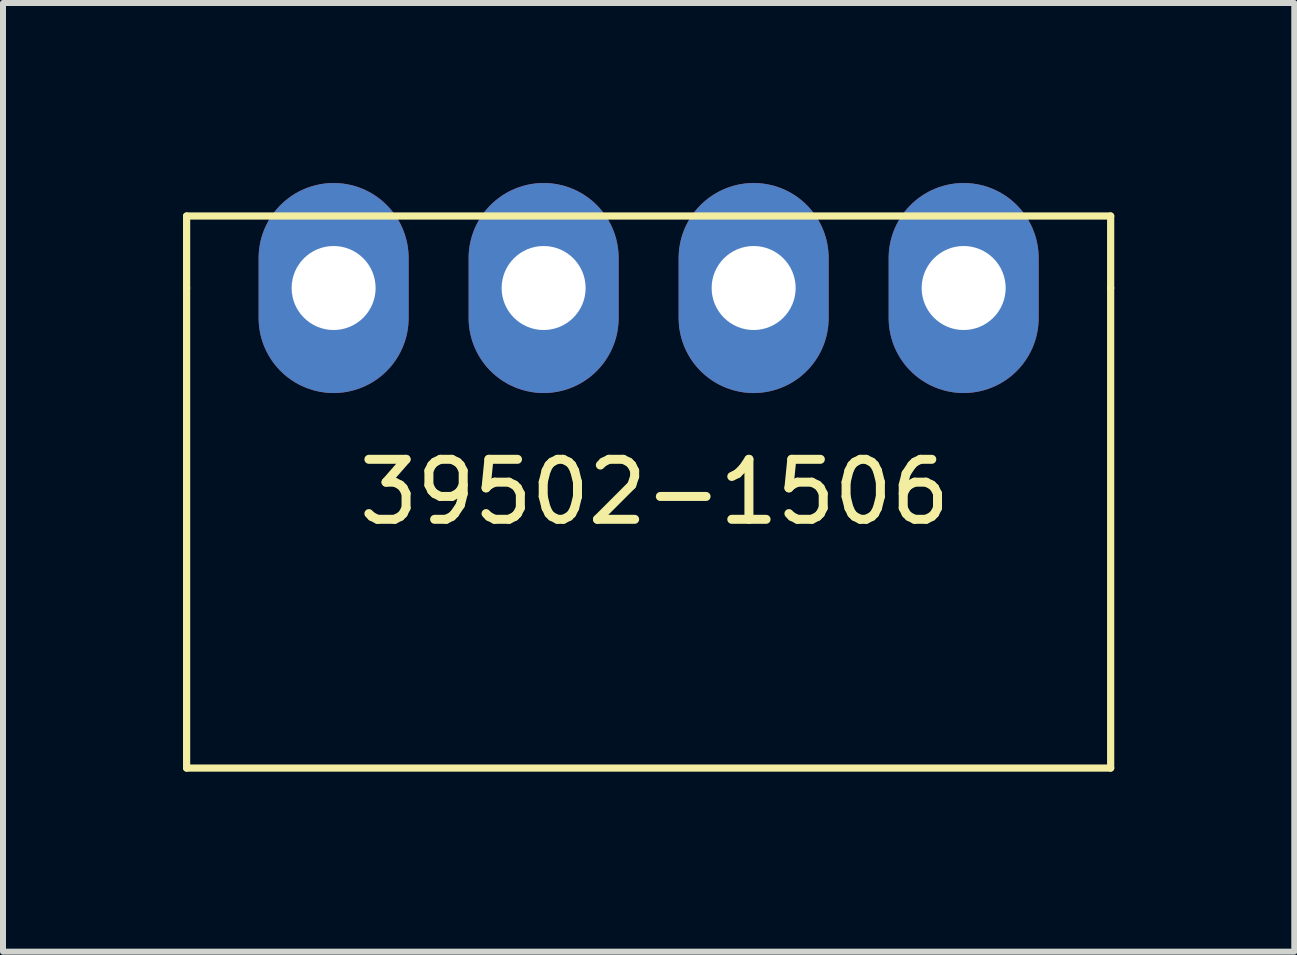
<source format=kicad_pcb>
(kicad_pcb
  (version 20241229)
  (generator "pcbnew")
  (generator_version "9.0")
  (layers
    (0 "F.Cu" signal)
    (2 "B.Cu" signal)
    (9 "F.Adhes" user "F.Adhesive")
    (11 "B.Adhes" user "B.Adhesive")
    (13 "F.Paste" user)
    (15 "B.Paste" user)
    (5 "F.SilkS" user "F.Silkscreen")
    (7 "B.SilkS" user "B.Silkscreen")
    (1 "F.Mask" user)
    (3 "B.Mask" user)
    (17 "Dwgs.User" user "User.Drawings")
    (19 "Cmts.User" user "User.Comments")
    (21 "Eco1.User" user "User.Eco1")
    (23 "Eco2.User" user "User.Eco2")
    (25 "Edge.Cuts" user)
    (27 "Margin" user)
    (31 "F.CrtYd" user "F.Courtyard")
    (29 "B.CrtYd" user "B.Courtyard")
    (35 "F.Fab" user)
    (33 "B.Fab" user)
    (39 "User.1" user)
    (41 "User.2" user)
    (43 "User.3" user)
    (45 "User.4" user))
  (footprint "39502-1506"
    (layer "F.Cu")
    (at 7.76 5.05)
    (property "Reference" "39502-1506" (at 0.1 0.1 0) (layer "F.SilkS") (effects (font (size 1 1) (thickness 0.15))))
    (attr through_hole)
    (fp_line (start -7.7 -3.3) (end -7.7 -4.5) (stroke (width 0.12) (type solid)) (layer "F.SilkS"))
    (fp_line (start -7.7 -3.3) (end -7.7 4.7) (stroke (width 0.12) (type solid)) (layer "F.SilkS"))
    (fp_line (start 7.7 -4.5) (end -7.7 -4.5) (stroke (width 0.12) (type solid)) (layer "F.SilkS"))
    (fp_line (start 7.7 -3.3) (end 7.7 -4.5) (stroke (width 0.12) (type solid)) (layer "F.SilkS"))
    (fp_line (start 7.7 -3.3) (end 7.7 4.7) (stroke (width 0.12) (type solid)) (layer "F.SilkS"))
    (fp_line (start 7.7 4.7) (end -7.7 4.7) (stroke (width 0.12) (type solid)) (layer "F.SilkS"))
    (pad "1" thru_hole oval (at -5.25 -3.3) (size 2.5 3.5) (drill 1.4) (layers "*.Cu" "*.Mask"))
    (pad "2" thru_hole oval (at -1.75 -3.3) (size 2.5 3.5) (drill 1.4) (layers "*.Cu" "*.Mask"))
    (pad "3" thru_hole oval (at 1.75 -3.3) (size 2.5 3.5) (drill 1.4) (layers "*.Cu" "*.Mask"))
    (pad "4" thru_hole oval (at 5.25 -3.3) (size 2.5 3.5) (drill 1.4) (layers "*.Cu" "*.Mask")))
  (gr_rect
    (start -3 -3)
    (end 18.52 12.81)
    (stroke (width 0.1) (type default))
    (fill no)
    (layer "Edge.Cuts")))
</source>
